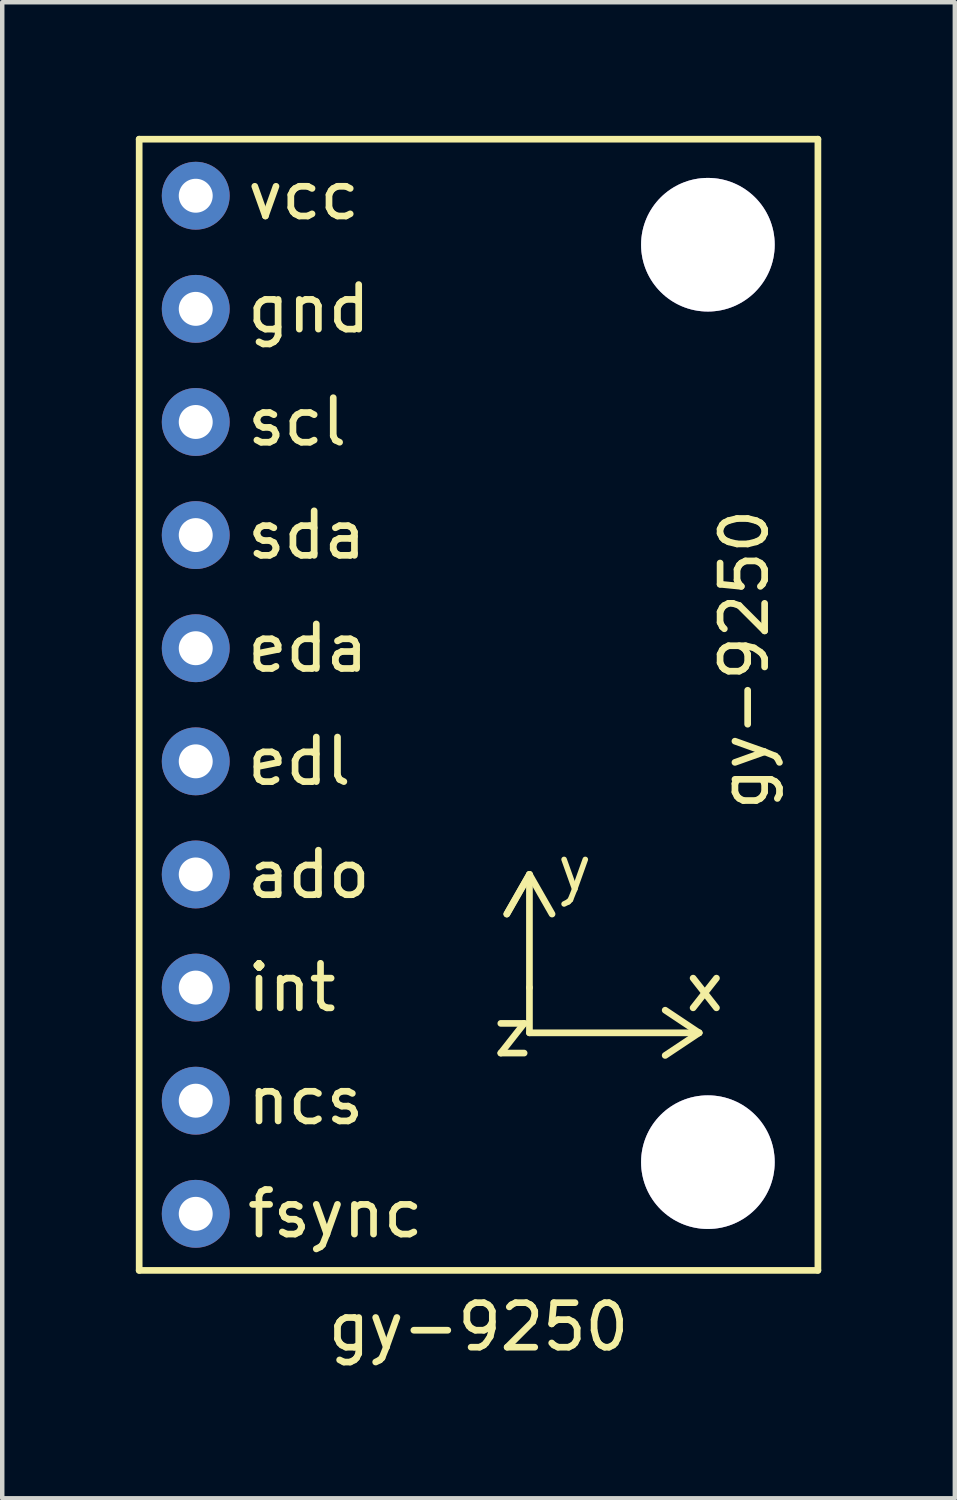
<source format=kicad_pcb>
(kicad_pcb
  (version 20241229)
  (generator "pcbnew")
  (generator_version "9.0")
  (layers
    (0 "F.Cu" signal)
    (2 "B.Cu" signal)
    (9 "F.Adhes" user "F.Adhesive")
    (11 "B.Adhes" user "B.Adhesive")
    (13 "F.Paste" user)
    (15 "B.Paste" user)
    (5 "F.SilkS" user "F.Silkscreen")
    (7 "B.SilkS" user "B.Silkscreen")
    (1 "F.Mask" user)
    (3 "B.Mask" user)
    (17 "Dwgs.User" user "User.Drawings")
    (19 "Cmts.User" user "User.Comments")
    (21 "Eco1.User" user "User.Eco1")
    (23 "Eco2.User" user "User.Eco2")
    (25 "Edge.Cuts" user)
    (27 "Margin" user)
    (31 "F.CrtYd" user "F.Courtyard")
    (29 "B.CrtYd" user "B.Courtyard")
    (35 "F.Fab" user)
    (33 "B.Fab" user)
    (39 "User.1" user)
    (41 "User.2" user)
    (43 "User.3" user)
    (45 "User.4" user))
  (footprint "gy-9250"
    (layer "F.Cu")
    (at 14.045 14.045)
    (property "Reference" "gy-9250" (at -6.35 12.7 0) (layer "F.SilkS") (effects (font (size 1 1) (thickness 0.15))))
    (attr through_hole)
    (fp_line (start -13.97 -13.97) (end -13.97 11.43) (stroke (width 0.15) (type solid)) (layer "F.SilkS"))
    (fp_line (start -13.97 11.43) (end 1.27 11.43) (stroke (width 0.15) (type solid)) (layer "F.SilkS"))
    (fp_line (start -5.715 3.429) (end -5.207 2.54) (stroke (width 0.15) (type solid)) (layer "F.SilkS"))
    (fp_line (start -5.207 2.54) (end -5.715 3.429) (stroke (width 0.15) (type solid)) (layer "F.SilkS"))
    (fp_line (start -5.207 2.54) (end -4.699 3.429) (stroke (width 0.15) (type solid)) (layer "F.SilkS"))
    (fp_line (start -5.207 5.08) (end -5.207 2.54) (stroke (width 0.15) (type solid)) (layer "F.SilkS"))
    (fp_line (start -5.207 5.08) (end -5.207 6.096) (stroke (width 0.15) (type solid)) (layer "F.SilkS"))
    (fp_line (start -5.207 6.096) (end -1.397 6.096) (stroke (width 0.15) (type solid)) (layer "F.SilkS"))
    (fp_line (start -1.397 6.096) (end -2.159 5.588) (stroke (width 0.15) (type solid)) (layer "F.SilkS"))
    (fp_line (start -1.397 6.096) (end -2.159 6.604) (stroke (width 0.15) (type solid)) (layer "F.SilkS"))
    (fp_line (start 1.27 -13.97) (end -13.97 -13.97) (stroke (width 0.15) (type solid)) (layer "F.SilkS"))
    (fp_line (start 1.27 11.43) (end 1.27 -13.97) (stroke (width 0.15) (type solid)) (layer "F.SilkS"))
    (fp_text user "x" (at -1.27 5.08 0) (layer "F.SilkS") (effects (font (size 1 1) (thickness 0.15))))
    (fp_text user "ado" (at -10.16 2.54 0) (layer "F.SilkS") (effects (font (size 1 1) (thickness 0.15))))
    (fp_text user "ncs" (at -10.231 7.62 0) (layer "F.SilkS") (effects (font (size 1 1) (thickness 0.15))))
    (fp_text user "fsync" (at -9.565 10.16 0) (layer "F.SilkS") (effects (font (size 1 1) (thickness 0.15))))
    (fp_text user "gy-9250" (at -0.381 -2.286 90) (layer "F.SilkS") (effects (font (size 1 1) (thickness 0.15))))
    (fp_text user "sda" (at -10.208 -5.08 0) (layer "F.SilkS") (effects (font (size 1 1) (thickness 0.15))))
    (fp_text user "gnd" (at -10.16 -10.16 0) (layer "F.SilkS") (effects (font (size 1 1) (thickness 0.15))))
    (fp_text user "scl" (at -10.422 -7.62 0) (layer "F.SilkS") (effects (font (size 1 1) (thickness 0.15))))
    (fp_text user "y" (at -4.191 2.413 0) (layer "F.SilkS") (effects (font (size 1 1) (thickness 0.125))))
    (fp_text user "eda" (at -10.184 -2.54 0) (layer "F.SilkS") (effects (font (size 1 1) (thickness 0.15))))
    (fp_text user "edl" (at -10.374 0 0) (layer "F.SilkS") (effects (font (size 1 1) (thickness 0.15))))
    (fp_text user "z" (at -5.588 6.096 0) (layer "F.SilkS") (effects (font (size 1 1) (thickness 0.15))))
    (fp_text user "int" (at -10.541 5.08 0) (layer "F.SilkS") (effects (font (size 1 1) (thickness 0.15))))
    (fp_text user "vcc" (at -10.279 -12.7 0) (layer "F.SilkS") (effects (font (size 1 1) (thickness 0.15))))
    (pad "1" thru_hole circle (at -12.7 -12.7) (size 1.524 1.524) (drill 0.762) (layers "*.Cu" "*.Mask"))
    (pad "2" thru_hole circle (at -12.7 -10.16) (size 1.524 1.524) (drill 0.762) (layers "*.Cu" "*.Mask"))
    (pad "3" thru_hole circle (at -12.7 -7.62) (size 1.524 1.524) (drill 0.762) (layers "*.Cu" "*.Mask"))
    (pad "4" thru_hole circle (at -12.7 -5.08) (size 1.524 1.524) (drill 0.762) (layers "*.Cu" "*.Mask"))
    (pad "5" thru_hole circle (at -12.7 -2.54) (size 1.524 1.524) (drill 0.762) (layers "*.Cu" "*.Mask"))
    (pad "6" thru_hole circle (at -12.7 0) (size 1.524 1.524) (drill 0.762) (layers "*.Cu" "*.Mask"))
    (pad "7" thru_hole circle (at -12.7 2.54) (size 1.524 1.524) (drill 0.762) (layers "*.Cu" "*.Mask"))
    (pad "8" thru_hole circle (at -12.7 5.08) (size 1.524 1.524) (drill 0.762) (layers "*.Cu" "*.Mask"))
    (pad "9" thru_hole circle (at -12.7 7.62) (size 1.524 1.524) (drill 0.762) (layers "*.Cu" "*.Mask"))
    (pad "10" thru_hole circle (at -12.7 10.16) (size 1.524 1.524) (drill 0.762) (layers "*.Cu" "*.Mask"))
    (pad "11" thru_hole circle (at -1.2 -11.6) (size 3 3) (drill 3) (layers "*.Cu" "*.Mask"))
    (pad "12" thru_hole circle (at -1.2 9) (size 3 3) (drill 3) (layers "*.Cu" "*.Mask")))
  (gr_rect
    (start -3 -3)
    (end 18.39 30.593)
    (stroke (width 0.1) (type default))
    (fill no)
    (layer "Edge.Cuts")))
</source>
